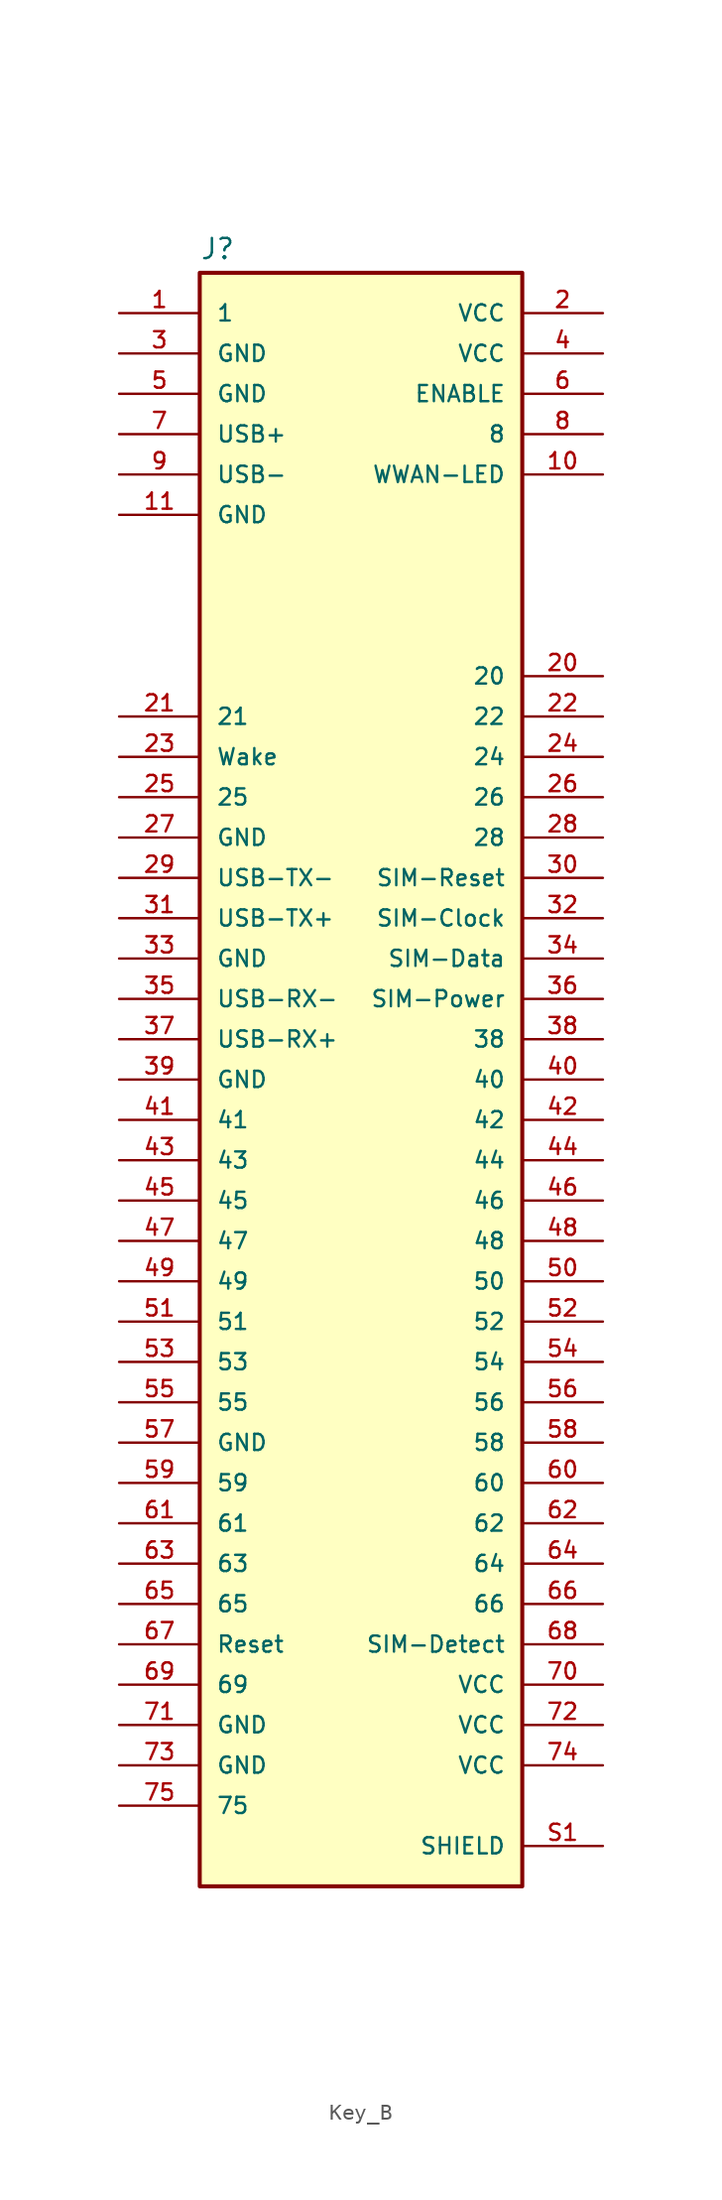
<source format=kicad_sym>
(kicad_symbol_lib
  (version 20220914)
  (generator kicad_symbol_editor)
  (symbol "Key_B"
    (pin_names
      (offset 1.016))
    (property "Reference" "J"
      (at -10.16 51.562 0)
      (effects (font (size 1.27 1.27)) (justify left bottom)))
    (property "Value" ""
      (at -10.16 -53.34 0)
      (effects (font (size 1.27 1.27)) (justify left bottom)))
    (symbol "Key_B_0_0"
      (rectangle (start -10.16 50.8) (end 10.16 -50.8) (stroke (width 0.254) (type default)) (fill (type background)))
      (pin passive line (at -15.24 48.26 0) (length 5.08) (name "1" (effects (font (size 1.016 1.016)))) (number "1" (effects (font (size 1.016 1.016)))))
      (pin passive line (at 15.24 25.4 180) (length 5.08) (name "20" (effects (font (size 1.016 1.016)))) (number "20" (effects (font (size 1.016 1.016)))))
      (pin passive line (at -15.24 22.86 0) (length 5.08) (name "21" (effects (font (size 1.016 1.016)))) (number "21" (effects (font (size 1.016 1.016)))))
      (pin passive line (at 15.24 22.86 180) (length 5.08) (name "22" (effects (font (size 1.016 1.016)))) (number "22" (effects (font (size 1.016 1.016)))))
      (pin passive line (at 15.24 20.32 180) (length 5.08) (name "24" (effects (font (size 1.016 1.016)))) (number "24" (effects (font (size 1.016 1.016)))))
      (pin passive line (at -15.24 17.78 0) (length 5.08) (name "25" (effects (font (size 1.016 1.016)))) (number "25" (effects (font (size 1.016 1.016)))))
      (pin passive line (at 15.24 17.78 180) (length 5.08) (name "26" (effects (font (size 1.016 1.016)))) (number "26" (effects (font (size 1.016 1.016)))))
      (pin passive line (at 15.24 15.24 180) (length 5.08) (name "28" (effects (font (size 1.016 1.016)))) (number "28" (effects (font (size 1.016 1.016)))))
      (pin passive line (at 15.24 2.54 180) (length 5.08) (name "38" (effects (font (size 1.016 1.016)))) (number "38" (effects (font (size 1.016 1.016)))))
      (pin passive line (at 15.24 0 180) (length 5.08) (name "40" (effects (font (size 1.016 1.016)))) (number "40" (effects (font (size 1.016 1.016)))))
      (pin passive line (at -15.24 -2.54 0) (length 5.08) (name "41" (effects (font (size 1.016 1.016)))) (number "41" (effects (font (size 1.016 1.016)))))
      (pin passive line (at 15.24 -2.54 180) (length 5.08) (name "42" (effects (font (size 1.016 1.016)))) (number "42" (effects (font (size 1.016 1.016)))))
      (pin passive line (at -15.24 -5.08 0) (length 5.08) (name "43" (effects (font (size 1.016 1.016)))) (number "43" (effects (font (size 1.016 1.016)))))
      (pin passive line (at 15.24 -5.08 180) (length 5.08) (name "44" (effects (font (size 1.016 1.016)))) (number "44" (effects (font (size 1.016 1.016)))))
      (pin passive line (at -15.24 -7.62 0) (length 5.08) (name "45" (effects (font (size 1.016 1.016)))) (number "45" (effects (font (size 1.016 1.016)))))
      (pin passive line (at 15.24 -7.62 180) (length 5.08) (name "46" (effects (font (size 1.016 1.016)))) (number "46" (effects (font (size 1.016 1.016)))))
      (pin passive line (at -15.24 -10.16 0) (length 5.08) (name "47" (effects (font (size 1.016 1.016)))) (number "47" (effects (font (size 1.016 1.016)))))
      (pin passive line (at 15.24 -10.16 180) (length 5.08) (name "48" (effects (font (size 1.016 1.016)))) (number "48" (effects (font (size 1.016 1.016)))))
      (pin passive line (at -15.24 -12.7 0) (length 5.08) (name "49" (effects (font (size 1.016 1.016)))) (number "49" (effects (font (size 1.016 1.016)))))
      (pin passive line (at 15.24 -12.7 180) (length 5.08) (name "50" (effects (font (size 1.016 1.016)))) (number "50" (effects (font (size 1.016 1.016)))))
      (pin passive line (at -15.24 -15.24 0) (length 5.08) (name "51" (effects (font (size 1.016 1.016)))) (number "51" (effects (font (size 1.016 1.016)))))
      (pin passive line (at 15.24 -15.24 180) (length 5.08) (name "52" (effects (font (size 1.016 1.016)))) (number "52" (effects (font (size 1.016 1.016)))))
      (pin passive line (at -15.24 -17.78 0) (length 5.08) (name "53" (effects (font (size 1.016 1.016)))) (number "53" (effects (font (size 1.016 1.016)))))
      (pin passive line (at 15.24 -17.78 180) (length 5.08) (name "54" (effects (font (size 1.016 1.016)))) (number "54" (effects (font (size 1.016 1.016)))))
      (pin passive line (at -15.24 -20.32 0) (length 5.08) (name "55" (effects (font (size 1.016 1.016)))) (number "55" (effects (font (size 1.016 1.016)))))
      (pin passive line (at 15.24 -20.32 180) (length 5.08) (name "56" (effects (font (size 1.016 1.016)))) (number "56" (effects (font (size 1.016 1.016)))))
      (pin passive line (at 15.24 -22.86 180) (length 5.08) (name "58" (effects (font (size 1.016 1.016)))) (number "58" (effects (font (size 1.016 1.016)))))
      (pin passive line (at -15.24 -25.4 0) (length 5.08) (name "59" (effects (font (size 1.016 1.016)))) (number "59" (effects (font (size 1.016 1.016)))))
      (pin passive line (at 15.24 -25.4 180) (length 5.08) (name "60" (effects (font (size 1.016 1.016)))) (number "60" (effects (font (size 1.016 1.016)))))
      (pin passive line (at -15.24 -27.94 0) (length 5.08) (name "61" (effects (font (size 1.016 1.016)))) (number "61" (effects (font (size 1.016 1.016)))))
      (pin passive line (at 15.24 -27.94 180) (length 5.08) (name "62" (effects (font (size 1.016 1.016)))) (number "62" (effects (font (size 1.016 1.016)))))
      (pin passive line (at -15.24 -30.48 0) (length 5.08) (name "63" (effects (font (size 1.016 1.016)))) (number "63" (effects (font (size 1.016 1.016)))))
      (pin passive line (at 15.24 -30.48 180) (length 5.08) (name "64" (effects (font (size 1.016 1.016)))) (number "64" (effects (font (size 1.016 1.016)))))
      (pin passive line (at -15.24 -33.02 0) (length 5.08) (name "65" (effects (font (size 1.016 1.016)))) (number "65" (effects (font (size 1.016 1.016)))))
      (pin passive line (at 15.24 -33.02 180) (length 5.08) (name "66" (effects (font (size 1.016 1.016)))) (number "66" (effects (font (size 1.016 1.016)))))
      (pin passive line (at -15.24 -38.1 0) (length 5.08) (name "69" (effects (font (size 1.016 1.016)))) (number "69" (effects (font (size 1.016 1.016)))))
      (pin passive line (at -15.24 -45.72 0) (length 5.08) (name "75" (effects (font (size 1.016 1.016)))) (number "75" (effects (font (size 1.016 1.016)))))
      (pin passive line (at 15.24 40.64 180) (length 5.08) (name "8" (effects (font (size 1.016 1.016)))) (number "8" (effects (font (size 1.016 1.016)))))
      (pin passive line (at 15.24 -48.26 180) (length 5.08) (name "SHIELD" (effects (font (size 1.016 1.016)))) (number "S1" (effects (font (size 1.016 1.016))))))
    (symbol "Key_B_1_0"
      (pin passive line (at 15.24 38.1 180) (length 5.08) (name "WWAN-LED" (effects (font (size 1.016 1.016)))) (number "10" (effects (font (size 1.016 1.016)))))
      (pin passive line (at -15.24 35.56 0) (length 5.08) (name "GND" (effects (font (size 1.016 1.016)))) (number "11" (effects (font (size 1.016 1.016)))))
      (pin passive line (at 15.24 48.26 180) (length 5.08) (name "VCC" (effects (font (size 1.016 1.016)))) (number "2" (effects (font (size 1.016 1.016)))))
      (pin passive line (at -15.24 20.32 0) (length 5.08) (name "Wake" (effects (font (size 1.016 1.016)))) (number "23" (effects (font (size 1.016 1.016)))))
      (pin passive line (at -15.24 15.24 0) (length 5.08) (name "GND" (effects (font (size 1.016 1.016)))) (number "27" (effects (font (size 1.016 1.016)))))
      (pin passive line (at -15.24 12.7 0) (length 5.08) (name "USB-TX-" (effects (font (size 1.016 1.016)))) (number "29" (effects (font (size 1.016 1.016)))))
      (pin passive line (at -15.24 45.72 0) (length 5.08) (name "GND" (effects (font (size 1.016 1.016)))) (number "3" (effects (font (size 1.016 1.016)))))
      (pin passive line (at 15.24 12.7 180) (length 5.08) (name "SIM-Reset" (effects (font (size 1.016 1.016)))) (number "30" (effects (font (size 1.016 1.016)))))
      (pin passive line (at -15.24 10.16 0) (length 5.08) (name "USB-TX+" (effects (font (size 1.016 1.016)))) (number "31" (effects (font (size 1.016 1.016)))))
      (pin passive line (at 15.24 10.16 180) (length 5.08) (name "SIM-Clock" (effects (font (size 1.016 1.016)))) (number "32" (effects (font (size 1.016 1.016)))))
      (pin passive line (at -15.24 7.62 0) (length 5.08) (name "GND" (effects (font (size 1.016 1.016)))) (number "33" (effects (font (size 1.016 1.016)))))
      (pin passive line (at 15.24 7.62 180) (length 5.08) (name "SIM-Data" (effects (font (size 1.016 1.016)))) (number "34" (effects (font (size 1.016 1.016)))))
      (pin passive line (at -15.24 5.08 0) (length 5.08) (name "USB-RX-" (effects (font (size 1.016 1.016)))) (number "35" (effects (font (size 1.016 1.016)))))
      (pin passive line (at 15.24 5.08 180) (length 5.08) (name "SIM-Power" (effects (font (size 1.016 1.016)))) (number "36" (effects (font (size 1.016 1.016)))))
      (pin passive line (at -15.24 2.54 0) (length 5.08) (name "USB-RX+" (effects (font (size 1.016 1.016)))) (number "37" (effects (font (size 1.016 1.016)))))
      (pin passive line (at -15.24 0 0) (length 5.08) (name "GND" (effects (font (size 1.016 1.016)))) (number "39" (effects (font (size 1.016 1.016)))))
      (pin passive line (at 15.24 45.72 180) (length 5.08) (name "VCC" (effects (font (size 1.016 1.016)))) (number "4" (effects (font (size 1.016 1.016)))))
      (pin passive line (at -15.24 43.18 0) (length 5.08) (name "GND" (effects (font (size 1.016 1.016)))) (number "5" (effects (font (size 1.016 1.016)))))
      (pin passive line (at -15.24 -22.86 0) (length 5.08) (name "GND" (effects (font (size 1.016 1.016)))) (number "57" (effects (font (size 1.016 1.016)))))
      (pin passive line (at 15.24 43.18 180) (length 5.08) (name "ENABLE" (effects (font (size 1.016 1.016)))) (number "6" (effects (font (size 1.016 1.016)))))
      (pin passive line (at -15.24 -35.56 0) (length 5.08) (name "Reset" (effects (font (size 1.016 1.016)))) (number "67" (effects (font (size 1.016 1.016)))))
      (pin passive line (at 15.24 -35.56 180) (length 5.08) (name "SIM-Detect" (effects (font (size 1.016 1.016)))) (number "68" (effects (font (size 1.016 1.016)))))
      (pin passive line (at -15.24 40.64 0) (length 5.08) (name "USB+" (effects (font (size 1.016 1.016)))) (number "7" (effects (font (size 1.016 1.016)))))
      (pin passive line (at 15.24 -38.1 180) (length 5.08) (name "VCC" (effects (font (size 1.016 1.016)))) (number "70" (effects (font (size 1.016 1.016)))))
      (pin passive line (at -15.24 -40.64 0) (length 5.08) (name "GND" (effects (font (size 1.016 1.016)))) (number "71" (effects (font (size 1.016 1.016)))))
      (pin passive line (at 15.24 -40.64 180) (length 5.08) (name "VCC" (effects (font (size 1.016 1.016)))) (number "72" (effects (font (size 1.016 1.016)))))
      (pin passive line (at -15.24 -43.18 0) (length 5.08) (name "GND" (effects (font (size 1.016 1.016)))) (number "73" (effects (font (size 1.016 1.016)))))
      (pin passive line (at 15.24 -43.18 180) (length 5.08) (name "VCC" (effects (font (size 1.016 1.016)))) (number "74" (effects (font (size 1.016 1.016)))))
      (pin passive line (at -15.24 38.1 0) (length 5.08) (name "USB-" (effects (font (size 1.016 1.016)))) (number "9" (effects (font (size 1.016 1.016)))))
      (pin passive line (at 15.24 -48.26 180) (length 5.08) hide (name "SHIELD" (effects (font (size 1.016 1.016)))) (number "S2" (effects (font (size 1.016 1.016))))))))
</source>
